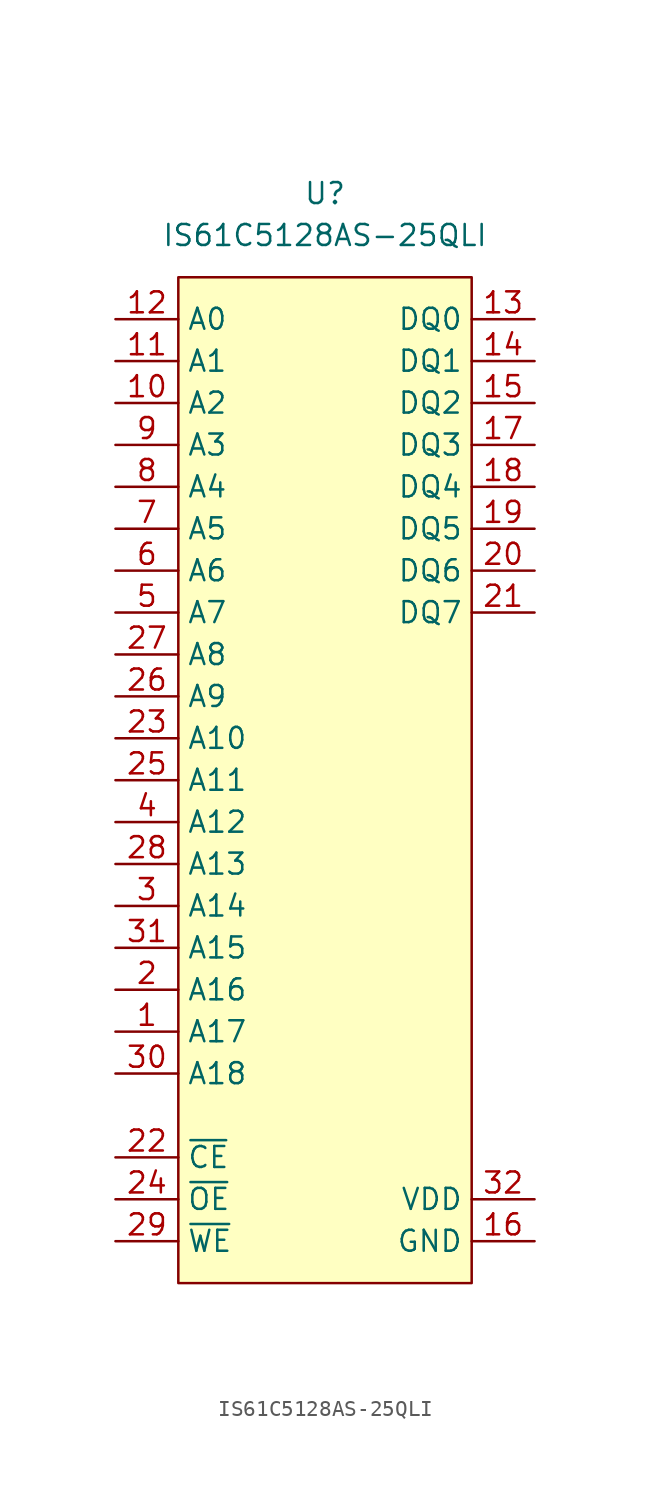
<source format=kicad_sym>
(kicad_symbol_lib
  (version 20211014)
  (generator kicad_symbol_editor)
  (symbol "IS61C5128AS-25QLI"
    (property "Reference" "U"
      (at 0 35.56 0)
      (effects (font (size 1.27 1.27))))
    (property "Value" "IS61C5128AS-25QLI"
      (at 0 33.02 0)
      (effects (font (size 1.27 1.27))))
    (symbol "IS61C5128AS-25QLI_0_1"
      (rectangle (start -8.89 30.48) (end 8.89 -30.48) (stroke (width 0) (type default) (color 0 0 0 0)) (fill (type background))))
    (symbol "IS61C5128AS-25QLI_1_1"
      (pin input line (at -12.7 -15.24 0) (length 3.81) (name "A17" (effects (font (size 1.27 1.27)))) (number "1" (effects (font (size 1.27 1.27)))))
      (pin input line (at -12.7 22.86 0) (length 3.81) (name "A2" (effects (font (size 1.27 1.27)))) (number "10" (effects (font (size 1.27 1.27)))))
      (pin input line (at -12.7 25.4 0) (length 3.81) (name "A1" (effects (font (size 1.27 1.27)))) (number "11" (effects (font (size 1.27 1.27)))))
      (pin input line (at -12.7 27.94 0) (length 3.81) (name "A0" (effects (font (size 1.27 1.27)))) (number "12" (effects (font (size 1.27 1.27)))))
      (pin bidirectional line (at 12.7 27.94 180) (length 3.81) (name "DQ0" (effects (font (size 1.27 1.27)))) (number "13" (effects (font (size 1.27 1.27)))))
      (pin bidirectional line (at 12.7 25.4 180) (length 3.81) (name "DQ1" (effects (font (size 1.27 1.27)))) (number "14" (effects (font (size 1.27 1.27)))))
      (pin bidirectional line (at 12.7 22.86 180) (length 3.81) (name "DQ2" (effects (font (size 1.27 1.27)))) (number "15" (effects (font (size 1.27 1.27)))))
      (pin power_in line (at 12.7 -27.94 180) (length 3.81) (name "GND" (effects (font (size 1.27 1.27)))) (number "16" (effects (font (size 1.27 1.27)))))
      (pin bidirectional line (at 12.7 20.32 180) (length 3.81) (name "DQ3" (effects (font (size 1.27 1.27)))) (number "17" (effects (font (size 1.27 1.27)))))
      (pin bidirectional line (at 12.7 17.78 180) (length 3.81) (name "DQ4" (effects (font (size 1.27 1.27)))) (number "18" (effects (font (size 1.27 1.27)))))
      (pin bidirectional line (at 12.7 15.24 180) (length 3.81) (name "DQ5" (effects (font (size 1.27 1.27)))) (number "19" (effects (font (size 1.27 1.27)))))
      (pin input line (at -12.7 -12.7 0) (length 3.81) (name "A16" (effects (font (size 1.27 1.27)))) (number "2" (effects (font (size 1.27 1.27)))))
      (pin bidirectional line (at 12.7 12.7 180) (length 3.81) (name "DQ6" (effects (font (size 1.27 1.27)))) (number "20" (effects (font (size 1.27 1.27)))))
      (pin bidirectional line (at 12.7 10.16 180) (length 3.81) (name "DQ7" (effects (font (size 1.27 1.27)))) (number "21" (effects (font (size 1.27 1.27)))))
      (pin input line (at -12.7 -22.86 0) (length 3.81) (name "~{CE}" (effects (font (size 1.27 1.27)))) (number "22" (effects (font (size 1.27 1.27)))))
      (pin input line (at -12.7 2.54 0) (length 3.81) (name "A10" (effects (font (size 1.27 1.27)))) (number "23" (effects (font (size 1.27 1.27)))))
      (pin input line (at -12.7 -25.4 0) (length 3.81) (name "~{OE}" (effects (font (size 1.27 1.27)))) (number "24" (effects (font (size 1.27 1.27)))))
      (pin input line (at -12.7 0 0) (length 3.81) (name "A11" (effects (font (size 1.27 1.27)))) (number "25" (effects (font (size 1.27 1.27)))))
      (pin input line (at -12.7 5.08 0) (length 3.81) (name "A9" (effects (font (size 1.27 1.27)))) (number "26" (effects (font (size 1.27 1.27)))))
      (pin input line (at -12.7 7.62 0) (length 3.81) (name "A8" (effects (font (size 1.27 1.27)))) (number "27" (effects (font (size 1.27 1.27)))))
      (pin input line (at -12.7 -5.08 0) (length 3.81) (name "A13" (effects (font (size 1.27 1.27)))) (number "28" (effects (font (size 1.27 1.27)))))
      (pin input line (at -12.7 -27.94 0) (length 3.81) (name "~{WE}" (effects (font (size 1.27 1.27)))) (number "29" (effects (font (size 1.27 1.27)))))
      (pin input line (at -12.7 -7.62 0) (length 3.81) (name "A14" (effects (font (size 1.27 1.27)))) (number "3" (effects (font (size 1.27 1.27)))))
      (pin input line (at -12.7 -17.78 0) (length 3.81) (name "A18" (effects (font (size 1.27 1.27)))) (number "30" (effects (font (size 1.27 1.27)))))
      (pin input line (at -12.7 -10.16 0) (length 3.81) (name "A15" (effects (font (size 1.27 1.27)))) (number "31" (effects (font (size 1.27 1.27)))))
      (pin power_in line (at 12.7 -25.4 180) (length 3.81) (name "VDD" (effects (font (size 1.27 1.27)))) (number "32" (effects (font (size 1.27 1.27)))))
      (pin input line (at -12.7 -2.54 0) (length 3.81) (name "A12" (effects (font (size 1.27 1.27)))) (number "4" (effects (font (size 1.27 1.27)))))
      (pin input line (at -12.7 10.16 0) (length 3.81) (name "A7" (effects (font (size 1.27 1.27)))) (number "5" (effects (font (size 1.27 1.27)))))
      (pin input line (at -12.7 12.7 0) (length 3.81) (name "A6" (effects (font (size 1.27 1.27)))) (number "6" (effects (font (size 1.27 1.27)))))
      (pin input line (at -12.7 15.24 0) (length 3.81) (name "A5" (effects (font (size 1.27 1.27)))) (number "7" (effects (font (size 1.27 1.27)))))
      (pin input line (at -12.7 17.78 0) (length 3.81) (name "A4" (effects (font (size 1.27 1.27)))) (number "8" (effects (font (size 1.27 1.27)))))
      (pin input line (at -12.7 20.32 0) (length 3.81) (name "A3" (effects (font (size 1.27 1.27)))) (number "9" (effects (font (size 1.27 1.27))))))))
</source>
